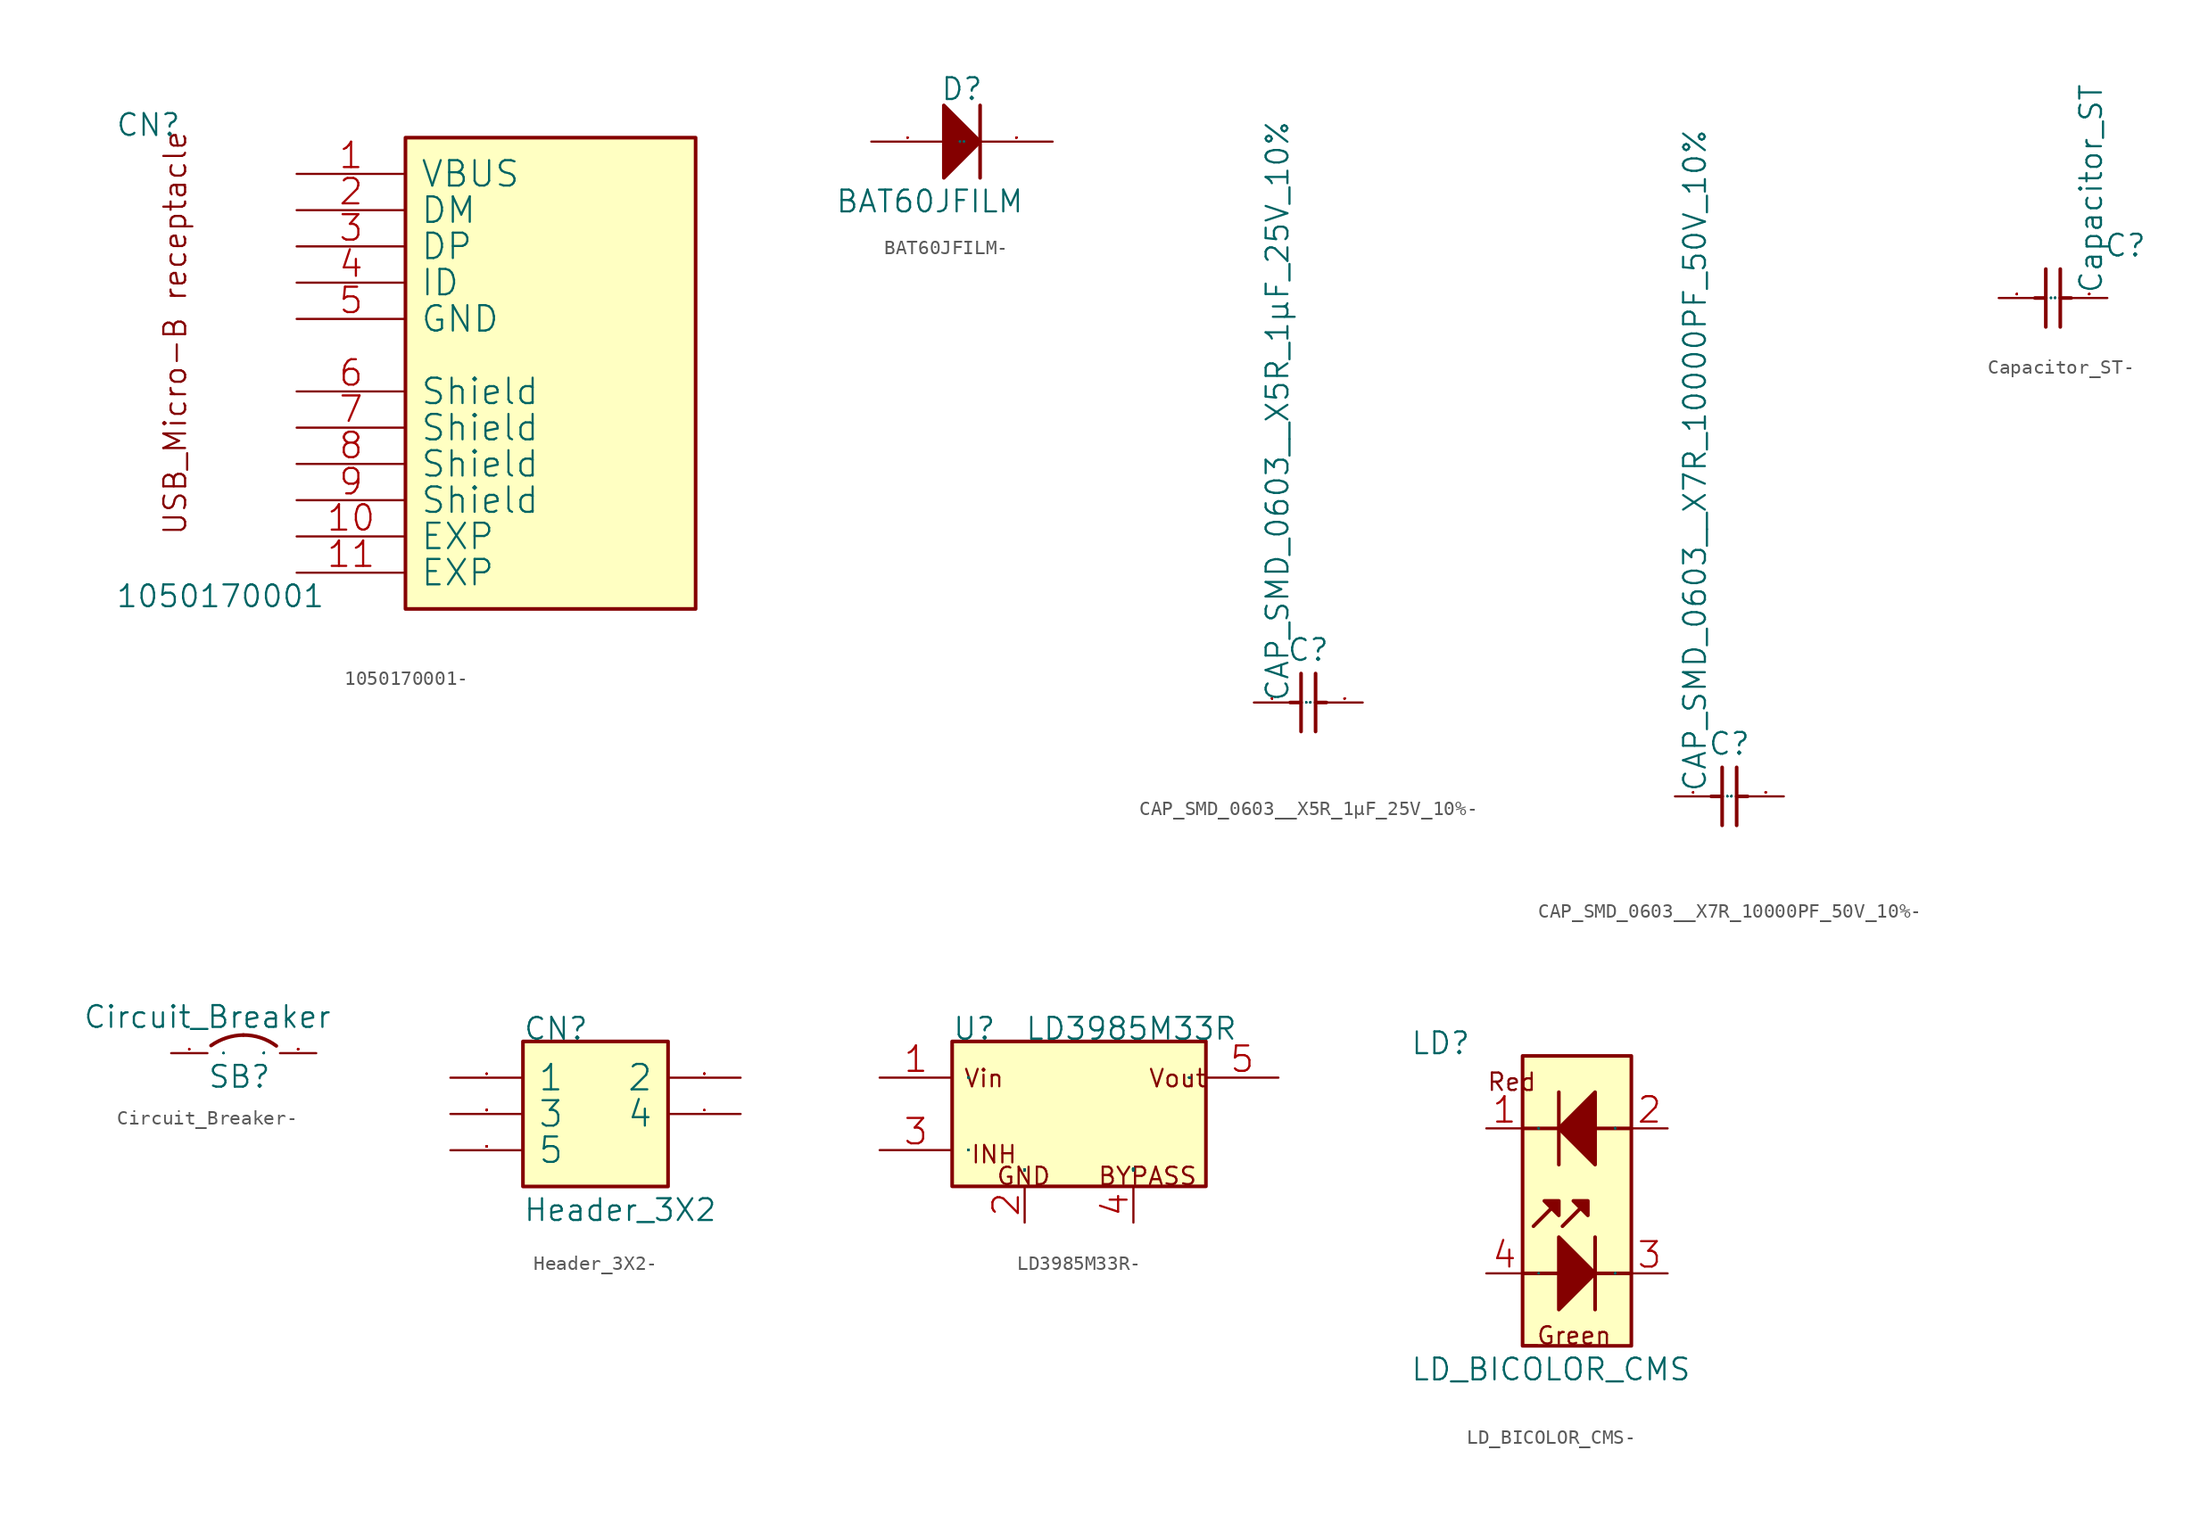
<source format=kicad_sym>
(kicad_symbol_lib
  (version 20220914)
  (generator kicad_symbol_editor)
  (symbol "1050170001-"
    (pin_names
      (offset 1.016))
    (property "Reference" "CN"
      (at -20.32 0 0)
      (effects (font (size 1.524 1.524)) (justify left bottom)))
    (property "Value" "1050170001"
      (at -20.32 -33.02 0)
      (effects (font (size 1.524 1.524)) (justify left bottom)))
    (property "Footprint" ""
      (at 0 0 0)
      (effects (font (size 1.524 1.524))))
    (property "Datasheet" ""
      (at 0 0 0)
      (effects (font (size 1.524 1.524))))
    (symbol "1050170001-_0_1"
      (rectangle (start 20.32 -33.02) (end 0 0) (stroke (width 0.254) (type solid)) (fill (type background)))
      (pin passive line (at -7.62 -2.54 0) (length 7.62) (name "VBUS" (effects (font (size 1.778 1.778)))) (number "1" (effects (font (size 1.778 1.778)))))
      (pin passive line (at -7.62 -27.94 0) (length 7.62) (name "EXP" (effects (font (size 1.778 1.778)))) (number "10" (effects (font (size 1.778 1.778)))))
      (pin passive line (at -7.62 -30.48 0) (length 7.62) (name "EXP" (effects (font (size 1.778 1.778)))) (number "11" (effects (font (size 1.778 1.778)))))
      (pin passive line (at -7.62 -5.08 0) (length 7.62) (name "DM" (effects (font (size 1.778 1.778)))) (number "2" (effects (font (size 1.778 1.778)))))
      (pin passive line (at -7.62 -7.62 0) (length 7.62) (name "DP" (effects (font (size 1.778 1.778)))) (number "3" (effects (font (size 1.778 1.778)))))
      (pin passive line (at -7.62 -10.16 0) (length 7.62) (name "ID" (effects (font (size 1.778 1.778)))) (number "4" (effects (font (size 1.778 1.778)))))
      (pin passive line (at -7.62 -12.7 0) (length 7.62) (name "GND" (effects (font (size 1.778 1.778)))) (number "5" (effects (font (size 1.778 1.778)))))
      (pin passive line (at -7.62 -17.78 0) (length 7.62) (name "Shield" (effects (font (size 1.778 1.778)))) (number "6" (effects (font (size 1.778 1.778)))))
      (pin passive line (at -7.62 -20.32 0) (length 7.62) (name "Shield" (effects (font (size 1.778 1.778)))) (number "7" (effects (font (size 1.778 1.778)))))
      (pin passive line (at -7.62 -22.86 0) (length 7.62) (name "Shield" (effects (font (size 1.778 1.778)))) (number "8" (effects (font (size 1.778 1.778)))))
      (pin passive line (at -7.62 -25.4 0) (length 7.62) (name "Shield" (effects (font (size 1.778 1.778)))) (number "9" (effects (font (size 1.778 1.778))))))
    (symbol "1050170001-_1_1"
      (text "USB_Micro-B receptacle" (at -15.24 -27.94 900) (effects (font (size 1.524 1.524)) (justify left bottom)))))
  (symbol "BAT60JFILM-"
    (pin_names
      (offset 1.016))
    (property "Reference" "D"
      (at -0.254 0.254 0)
      (effects (font (size 1.524 1.524)) (justify left bottom)))
    (property "Value" "BAT60JFILM"
      (at -7.62 -7.62 0)
      (effects (font (size 1.524 1.524)) (justify left bottom)))
    (property "Footprint" ""
      (at 0 0 0)
      (effects (font (size 1.524 1.524))))
    (property "Datasheet" ""
      (at 0 0 0)
      (effects (font (size 1.524 1.524))))
    (symbol "BAT60JFILM-_0_1"
      (polyline (pts (xy 2.54 0) (xy 2.54 -5.08)) (stroke (width 0.254) (type solid)) (fill (type none)))
      (polyline (pts (xy 0 -5.08) (xy 2.54 -2.54) (xy 0 0) (xy 0 -5.08)) (stroke (width 0.254) (type solid)) (fill (type outline)))
      (pin passive line (at -5.08 -2.54 0) (length 5.08) (name "A" (effects (font (size 0.025 0.025)))) (number "1" (effects (font (size 0.025 0.025)))))
      (pin passive line (at 7.62 -2.54 180) (length 5.08) (name "K" (effects (font (size 0.025 0.025)))) (number "2" (effects (font (size 0.025 0.025)))))))
  (symbol "CAP_SMD_0603__X5R_1µF_25V_10%-"
    (pin_names
      (offset 1.016))
    (property "Reference" "C"
      (at 2.286 2.794 0)
      (effects (font (size 1.524 1.524)) (justify left bottom)))
    (property "Value" "CAP_SMD_0603__X5R_1µF_25V_10%"
      (at 2.54 0 90)
      (effects (font (size 1.524 1.524)) (justify left bottom)))
    (property "Footprint" ""
      (at 0 0 0)
      (effects (font (size 1.524 1.524))))
    (property "Datasheet" ""
      (at 0 0 0)
      (effects (font (size 1.524 1.524))))
    (symbol "CAP_SMD_0603__X5R_1µF_25V_10%-_0_1"
      (polyline (pts (xy 2.54 0) (xy 3.302 0)) (stroke (width 0.254) (type solid)) (fill (type none)))
      (polyline (pts (xy 3.302 -2.032) (xy 3.302 2.032)) (stroke (width 0.254) (type solid)) (fill (type none)))
      (polyline (pts (xy 4.318 2.032) (xy 4.318 -2.032)) (stroke (width 0.254) (type solid)) (fill (type none)))
      (polyline (pts (xy 5.08 0) (xy 4.318 0)) (stroke (width 0.254) (type solid)) (fill (type none)))
      (pin passive line (at 0 0 0) (length 2.54) (name "1" (effects (font (size 0.025 0.025)))) (number "1" (effects (font (size 0.025 0.025)))))
      (pin passive line (at 7.62 0 180) (length 2.54) (name "2" (effects (font (size 0.025 0.025)))) (number "2" (effects (font (size 0.025 0.025)))))))
  (symbol "CAP_SMD_0603__X7R_10000PF_50V_10%-"
    (pin_names
      (offset 1.016))
    (property "Reference" "C"
      (at 2.286 2.794 0)
      (effects (font (size 1.524 1.524)) (justify left bottom)))
    (property "Value" "CAP_SMD_0603__X7R_10000PF_50V_10%"
      (at 2.286 0.254 90)
      (effects (font (size 1.524 1.524)) (justify left bottom)))
    (property "Footprint" ""
      (at 0 0 0)
      (effects (font (size 1.524 1.524))))
    (property "Datasheet" ""
      (at 0 0 0)
      (effects (font (size 1.524 1.524))))
    (symbol "CAP_SMD_0603__X7R_10000PF_50V_10%-_0_1"
      (polyline (pts (xy 2.54 0) (xy 3.302 0)) (stroke (width 0.254) (type solid)) (fill (type none)))
      (polyline (pts (xy 3.302 -2.032) (xy 3.302 2.032)) (stroke (width 0.254) (type solid)) (fill (type none)))
      (polyline (pts (xy 4.318 2.032) (xy 4.318 -2.032)) (stroke (width 0.254) (type solid)) (fill (type none)))
      (polyline (pts (xy 5.08 0) (xy 4.318 0)) (stroke (width 0.254) (type solid)) (fill (type none)))
      (pin passive line (at 0 0 0) (length 2.54) (name "1" (effects (font (size 0.025 0.025)))) (number "1" (effects (font (size 0.025 0.025)))))
      (pin passive line (at 7.62 0 180) (length 2.54) (name "2" (effects (font (size 0.025 0.025)))) (number "2" (effects (font (size 0.025 0.025)))))))
  (symbol "Capacitor_ST-"
    (pin_names
      (offset 1.016))
    (property "Reference" "C"
      (at 4.826 0.254 0)
      (effects (font (size 1.524 1.524)) (justify left bottom)))
    (property "Value" "Capacitor_ST"
      (at 4.826 -2.286 90)
      (effects (font (size 1.524 1.524)) (justify left bottom)))
    (property "Footprint" ""
      (at 0 0 0)
      (effects (font (size 1.524 1.524))))
    (property "Datasheet" ""
      (at 0 0 0)
      (effects (font (size 1.524 1.524))))
    (symbol "Capacitor_ST-_0_1"
      (polyline (pts (xy 0 -2.54) (xy 0.762 -2.54)) (stroke (width 0.254) (type solid)) (fill (type none)))
      (polyline (pts (xy 0.762 -4.572) (xy 0.762 -0.508)) (stroke (width 0.254) (type solid)) (fill (type none)))
      (polyline (pts (xy 1.778 -0.508) (xy 1.778 -4.572)) (stroke (width 0.254) (type solid)) (fill (type none)))
      (polyline (pts (xy 2.54 -2.54) (xy 1.778 -2.54)) (stroke (width 0.254) (type solid)) (fill (type none)))
      (pin passive line (at -2.54 -2.54 0) (length 2.54) (name "1" (effects (font (size 0.025 0.025)))) (number "1" (effects (font (size 0.025 0.025)))))
      (pin passive line (at 5.08 -2.54 180) (length 2.54) (name "2" (effects (font (size 0.025 0.025)))) (number "2" (effects (font (size 0.025 0.025)))))))
  (symbol "Circuit_Breaker-"
    (pin_names
      (offset 1.016))
    (property "Reference" "SB"
      (at 0 -5.08 0)
      (effects (font (size 1.524 1.524)) (justify left bottom)))
    (property "Value" "Circuit_Breaker"
      (at 0 0 0)
      (effects (font (size 1.524 1.524))))
    (property "Footprint" ""
      (at 0 0 0)
      (effects (font (size 1.524 1.524))))
    (property "Datasheet" ""
      (at 0 0 0)
      (effects (font (size 1.524 1.524))))
    (symbol "Circuit_Breaker-_0_1"
      (pin passive line (at -2.54 -2.54 0) (length 2.54) (name "1" (effects (font (size 0.025 0.025)))) (number "1" (effects (font (size 0.025 0.025)))))
      (pin passive line (at 7.62 -2.54 180) (length 2.54) (name "2" (effects (font (size 0.025 0.025)))) (number "2" (effects (font (size 0.025 0.025))))))
    (symbol "Circuit_Breaker-_1_1"
      (arc (start 2.5146 -1.27) (mid 1.3303 -1.4671) (end 0.254 -2.0066) (stroke (width 0.254) (type solid)) (fill (type none)))
      (arc (start 4.826 -2.032) (mid 3.7328 -1.4615) (end 2.5146 -1.27) (stroke (width 0.254) (type solid)) (fill (type none)))))
  (symbol "Header_3X2-"
    (pin_names
      (offset 1.016))
    (property "Reference" "CN"
      (at 0 0 0)
      (effects (font (size 1.524 1.524)) (justify left bottom)))
    (property "Value" "Header_3X2"
      (at 0 -12.7 0)
      (effects (font (size 1.524 1.524)) (justify left bottom)))
    (property "Footprint" ""
      (at 0 0 0)
      (effects (font (size 1.524 1.524))))
    (property "Datasheet" ""
      (at 0 0 0)
      (effects (font (size 1.524 1.524))))
    (symbol "Header_3X2-_0_1"
      (rectangle (start 0 -10.16) (end 10.16 0) (stroke (width 0.254) (type solid)) (fill (type background)))
      (pin passive line (at -5.08 -2.54 0) (length 5.08) (name "1" (effects (font (size 1.778 1.778)))) (number "1" (effects (font (size 0.025 0.025)))))
      (pin passive line (at 15.24 -2.54 180) (length 5.08) (name "2" (effects (font (size 1.778 1.778)))) (number "2" (effects (font (size 0.025 0.025)))))
      (pin passive line (at -5.08 -5.08 0) (length 5.08) (name "3" (effects (font (size 1.778 1.778)))) (number "3" (effects (font (size 0.025 0.025)))))
      (pin passive line (at 15.24 -5.08 180) (length 5.08) (name "4" (effects (font (size 1.778 1.778)))) (number "4" (effects (font (size 0.025 0.025)))))
      (pin passive line (at -5.08 -7.62 0) (length 5.08) (name "5" (effects (font (size 1.778 1.778)))) (number "5" (effects (font (size 0.025 0.025)))))))
  (symbol "LD3985M33R-"
    (pin_names
      (offset 1.016))
    (property "Reference" "U"
      (at -7.62 2.54 0)
      (effects (font (size 1.524 1.524)) (justify left bottom)))
    (property "Value" "LD3985M33R"
      (at -2.54 2.54 0)
      (effects (font (size 1.524 1.524)) (justify left bottom)))
    (property "Footprint" ""
      (at 0 0 0)
      (effects (font (size 1.524 1.524))))
    (property "Datasheet" ""
      (at 0 0 0)
      (effects (font (size 1.524 1.524))))
    (symbol "LD3985M33R-_0_1"
      (rectangle (start -7.62 -7.62) (end 10.16 2.54) (stroke (width 0.254) (type solid)) (fill (type background)))
      (pin passive line (at -12.7 0 0) (length 5.08) (name "Vin" (effects (font (size 0.025 0.025)))) (number "1" (effects (font (size 1.778 1.778)))))
      (pin passive line (at -2.54 -10.16 90) (length 2.54) (name "GND" (effects (font (size 0.025 0.025)))) (number "2" (effects (font (size 1.778 1.778)))))
      (pin passive line (at -12.7 -5.08 0) (length 5.08) (name "CE" (effects (font (size 0.025 0.025)))) (number "3" (effects (font (size 1.778 1.778)))))
      (pin passive line (at 5.08 -10.16 90) (length 2.54) (name "BYPASS" (effects (font (size 0.025 0.025)))) (number "4" (effects (font (size 1.778 1.778)))))
      (pin passive line (at 15.24 0 180) (length 5.08) (name "Vout" (effects (font (size 0.025 0.025)))) (number "5" (effects (font (size 1.778 1.778))))))
    (symbol "LD3985M33R-_1_1"
      (text "BYPASS" (at 2.54 -7.62 0) (effects (font (size 1.219 1.219)) (justify left bottom)))
      (text "GND" (at -4.572 -7.62 0) (effects (font (size 1.219 1.219)) (justify left bottom)))
      (text "INH" (at -6.35 -6.096 0) (effects (font (size 1.219 1.219)) (justify left bottom)))
      (text "Vin" (at -6.858 -0.762 0) (effects (font (size 1.219 1.219)) (justify left bottom)))
      (text "Vout" (at 6.096 -0.762 0) (effects (font (size 1.219 1.219)) (justify left bottom)))))
  (symbol "LD_BICOLOR_CMS-"
    (pin_names
      (offset 1.016))
    (property "Reference" "LD"
      (at -7.874 7.62 0)
      (effects (font (size 1.524 1.524)) (justify left bottom)))
    (property "Value" "LD_BICOLOR_CMS"
      (at -7.874 -15.24 0)
      (effects (font (size 1.524 1.524)) (justify left bottom)))
    (property "Footprint" ""
      (at 0 0 0)
      (effects (font (size 1.524 1.524))))
    (property "Datasheet" ""
      (at 0 0 0)
      (effects (font (size 1.524 1.524))))
    (symbol "LD_BICOLOR_CMS-_0_1"
      (polyline (pts (xy 0 -7.62) (xy 2.54 -7.62)) (stroke (width 0.254) (type solid)) (fill (type none)))
      (polyline (pts (xy 0 2.54) (xy 2.54 2.54)) (stroke (width 0.254) (type solid)) (fill (type none)))
      (polyline (pts (xy 2.032 -3.048) (xy 0.762 -4.318)) (stroke (width 0.254) (type solid)) (fill (type none)))
      (polyline (pts (xy 2.54 5.08) (xy 2.54 0)) (stroke (width 0.254) (type solid)) (fill (type none)))
      (polyline (pts (xy 4.064 -3.048) (xy 2.794 -4.318)) (stroke (width 0.254) (type solid)) (fill (type none)))
      (polyline (pts (xy 5.08 -7.62) (xy 7.62 -7.62)) (stroke (width 0.254) (type solid)) (fill (type none)))
      (polyline (pts (xy 5.08 -5.08) (xy 5.08 -10.16)) (stroke (width 0.254) (type solid)) (fill (type none)))
      (polyline (pts (xy 5.08 2.54) (xy 7.62 2.54)) (stroke (width 0.254) (type solid)) (fill (type none)))
      (polyline (pts (xy 1.524 -2.54) (xy 2.54 -2.54) (xy 2.54 -3.556) (xy 1.524 -2.54) (xy 1.524 -2.54)) (stroke (width 0.254) (type solid)) (fill (type outline)))
      (polyline (pts (xy 2.54 -5.08) (xy 2.54 -10.16) (xy 5.08 -7.62) (xy 2.54 -5.08) (xy 2.54 -5.08)) (stroke (width 0.254) (type solid)) (fill (type outline)))
      (polyline (pts (xy 4.572 -2.54) (xy 3.556 -2.54) (xy 4.572 -3.556) (xy 4.572 -2.54) (xy 4.572 -2.54)) (stroke (width 0.254) (type solid)) (fill (type outline)))
      (polyline (pts (xy 5.08 5.08) (xy 5.08 0) (xy 2.54 2.54) (xy 5.08 5.08) (xy 5.08 5.08)) (stroke (width 0.254) (type solid)) (fill (type outline)))
      (rectangle (start 7.62 -12.7) (end 0 7.62) (stroke (width 0.254) (type solid)) (fill (type background)))
      (pin passive line (at -2.54 2.54 0) (length 2.54) (name "1" (effects (font (size 0.025 0.025)))) (number "1" (effects (font (size 1.778 1.778)))))
      (pin passive line (at 10.16 2.54 180) (length 2.54) (name "2" (effects (font (size 0.025 0.025)))) (number "2" (effects (font (size 1.778 1.778)))))
      (pin passive line (at 10.16 -7.62 180) (length 2.54) (name "3" (effects (font (size 0.025 0.025)))) (number "3" (effects (font (size 1.778 1.778)))))
      (pin passive line (at -2.54 -7.62 0) (length 2.54) (name "4" (effects (font (size 0.025 0.025)))) (number "4" (effects (font (size 1.778 1.778))))))
    (symbol "LD_BICOLOR_CMS-_1_1"
      (text "_Green" (at 0 -12.7 0) (effects (font (size 1.219 1.219)) (justify left bottom)))
      (text "Red" (at -2.54 5.08 0) (effects (font (size 1.219 1.219)) (justify left bottom))))))
</source>
